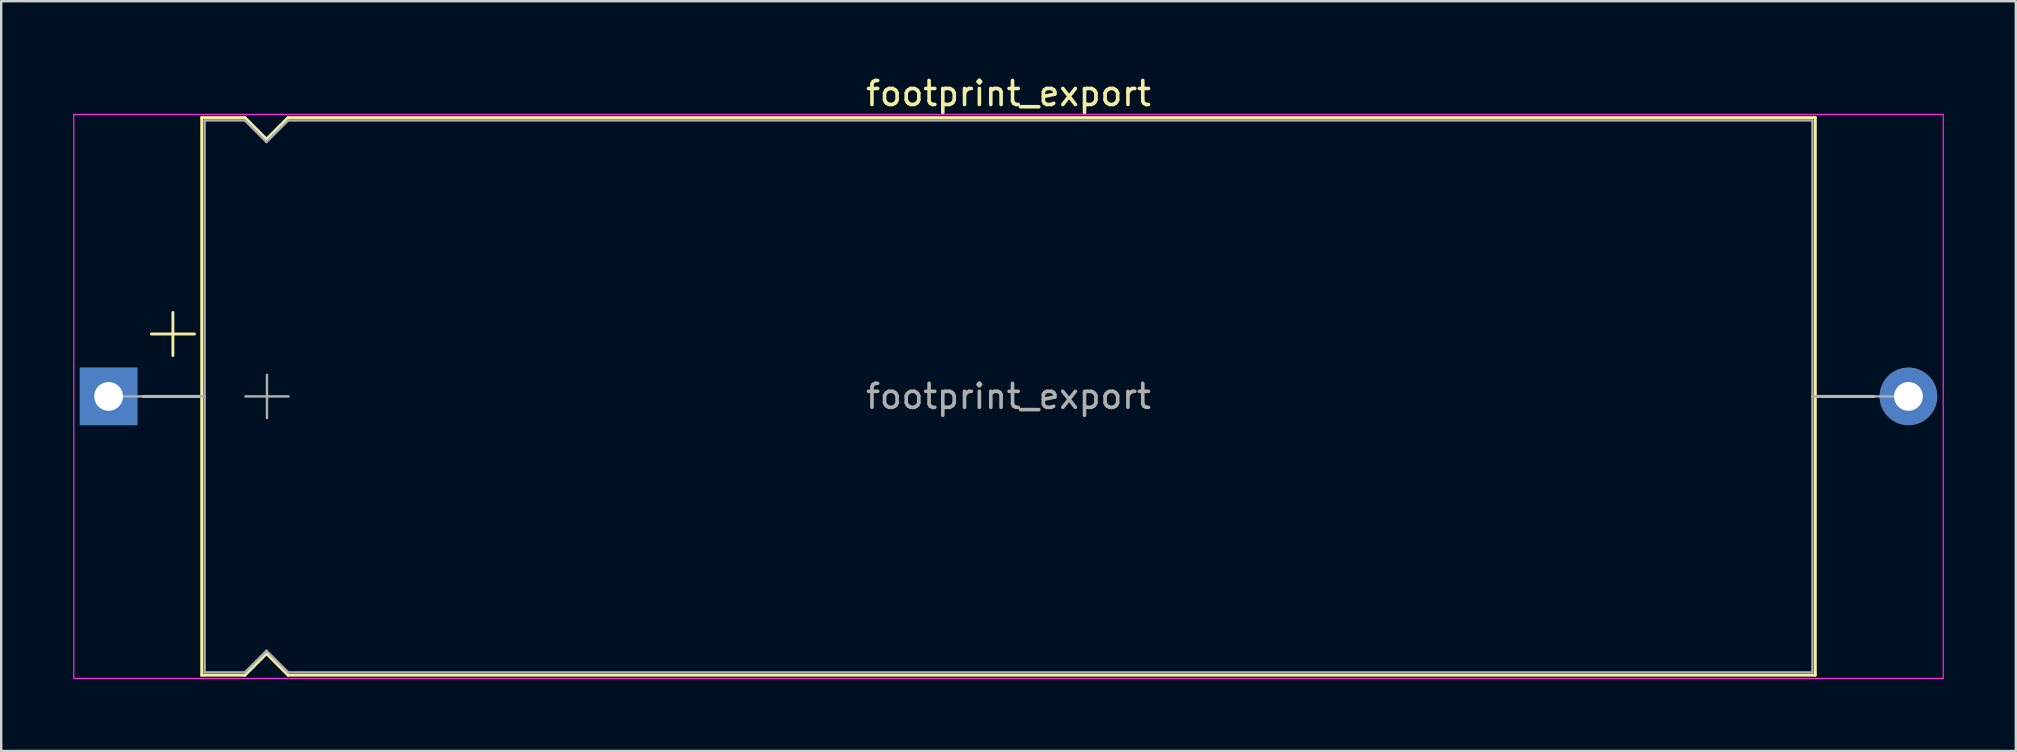
<source format=kicad_pcb>
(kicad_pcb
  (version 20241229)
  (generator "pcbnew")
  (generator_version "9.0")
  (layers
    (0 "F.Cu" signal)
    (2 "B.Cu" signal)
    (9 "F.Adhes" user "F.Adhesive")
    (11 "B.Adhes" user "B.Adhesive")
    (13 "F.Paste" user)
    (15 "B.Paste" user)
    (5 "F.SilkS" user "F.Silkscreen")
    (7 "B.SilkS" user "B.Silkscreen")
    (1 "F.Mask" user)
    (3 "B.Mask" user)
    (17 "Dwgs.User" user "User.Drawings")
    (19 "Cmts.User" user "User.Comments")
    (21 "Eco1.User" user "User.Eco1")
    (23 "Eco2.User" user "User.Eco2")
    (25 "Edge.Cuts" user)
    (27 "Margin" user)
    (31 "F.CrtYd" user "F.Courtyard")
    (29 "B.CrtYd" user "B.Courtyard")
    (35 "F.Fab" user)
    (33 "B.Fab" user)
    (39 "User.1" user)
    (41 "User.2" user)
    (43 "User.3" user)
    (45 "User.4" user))
  (footprint "footprint_export"
    (layer "F.Cu")
    (at 1.475 13.468)
    (property "Reference" "footprint_export" (at 37.5 -12.62 0) (layer "F.SilkS") (effects (font (size 1 1) (thickness 0.15))))
    (attr through_hole)
    (fp_line (start 1.44 0) (end 3.88 0) (stroke (width 0.12) (type solid)) (layer "F.SilkS"))
    (fp_line (start 1.78 -2.6) (end 3.58 -2.6) (stroke (width 0.12) (type solid)) (layer "F.SilkS"))
    (fp_line (start 2.68 -3.5) (end 2.68 -1.7) (stroke (width 0.12) (type solid)) (layer "F.SilkS"))
    (fp_line (start 3.88 -11.62) (end 3.88 11.62) (stroke (width 0.12) (type solid)) (layer "F.SilkS"))
    (fp_line (start 3.88 -11.62) (end 5.68 -11.62) (stroke (width 0.12) (type solid)) (layer "F.SilkS"))
    (fp_line (start 3.88 11.62) (end 5.68 11.62) (stroke (width 0.12) (type solid)) (layer "F.SilkS"))
    (fp_line (start 5.68 -11.62) (end 6.58 -10.72) (stroke (width 0.12) (type solid)) (layer "F.SilkS"))
    (fp_line (start 5.68 11.62) (end 6.58 10.72) (stroke (width 0.12) (type solid)) (layer "F.SilkS"))
    (fp_line (start 6.58 -10.72) (end 7.48 -11.62) (stroke (width 0.12) (type solid)) (layer "F.SilkS"))
    (fp_line (start 6.58 10.72) (end 7.48 11.62) (stroke (width 0.12) (type solid)) (layer "F.SilkS"))
    (fp_line (start 7.48 -11.62) (end 71.12 -11.62) (stroke (width 0.12) (type solid)) (layer "F.SilkS"))
    (fp_line (start 7.48 11.62) (end 71.12 11.62) (stroke (width 0.12) (type solid)) (layer "F.SilkS"))
    (fp_line (start 71.12 -11.62) (end 71.12 11.62) (stroke (width 0.12) (type solid)) (layer "F.SilkS"))
    (fp_line (start 73.56 0) (end 71.12 0) (stroke (width 0.12) (type solid)) (layer "F.SilkS"))
    (fp_line (start -1.45 -11.75) (end -1.45 11.75) (stroke (width 0.05) (type solid)) (layer "F.CrtYd"))
    (fp_line (start -1.45 11.75) (end 76.45 11.75) (stroke (width 0.05) (type solid)) (layer "F.CrtYd"))
    (fp_line (start 76.45 -11.75) (end -1.45 -11.75) (stroke (width 0.05) (type solid)) (layer "F.CrtYd"))
    (fp_line (start 76.45 11.75) (end 76.45 -11.75) (stroke (width 0.05) (type solid)) (layer "F.CrtYd"))
    (fp_line (start 0 0) (end 4 0) (stroke (width 0.1) (type solid)) (layer "F.Fab"))
    (fp_line (start 4 -11.5) (end 4 11.5) (stroke (width 0.1) (type solid)) (layer "F.Fab"))
    (fp_line (start 4 -11.5) (end 5.68 -11.5) (stroke (width 0.1) (type solid)) (layer "F.Fab"))
    (fp_line (start 4 11.5) (end 5.68 11.5) (stroke (width 0.1) (type solid)) (layer "F.Fab"))
    (fp_line (start 5.68 -11.5) (end 6.58 -10.6) (stroke (width 0.1) (type solid)) (layer "F.Fab"))
    (fp_line (start 5.68 11.5) (end 6.58 10.6) (stroke (width 0.1) (type solid)) (layer "F.Fab"))
    (fp_line (start 5.7 0) (end 7.5 0) (stroke (width 0.1) (type solid)) (layer "F.Fab"))
    (fp_line (start 6.58 -10.6) (end 7.48 -11.5) (stroke (width 0.1) (type solid)) (layer "F.Fab"))
    (fp_line (start 6.58 10.6) (end 7.48 11.5) (stroke (width 0.1) (type solid)) (layer "F.Fab"))
    (fp_line (start 6.6 -0.9) (end 6.6 0.9) (stroke (width 0.1) (type solid)) (layer "F.Fab"))
    (fp_line (start 7.48 -11.5) (end 71 -11.5) (stroke (width 0.1) (type solid)) (layer "F.Fab"))
    (fp_line (start 7.48 11.5) (end 71 11.5) (stroke (width 0.1) (type solid)) (layer "F.Fab"))
    (fp_line (start 71 -11.5) (end 71 11.5) (stroke (width 0.1) (type solid)) (layer "F.Fab"))
    (fp_line (start 75 0) (end 71 0) (stroke (width 0.1) (type solid)) (layer "F.Fab"))
    (fp_text user "${REFERENCE}" (at 37.5 0 0) (layer "F.Fab") (effects (font (size 1 1) (thickness 0.15))))
    (pad "1" thru_hole rect (at 0 0) (size 2.4 2.4) (drill 1.2) (layers "*.Cu" "*.Mask"))
    (pad "2" thru_hole oval (at 75 0) (size 2.4 2.4) (drill 1.2) (layers "*.Cu" "*.Mask")))
  (gr_rect
    (start -3 -3)
    (end 80.95 28.243)
    (stroke (width 0.1) (type default))
    (fill no)
    (layer "Edge.Cuts")))
</source>
